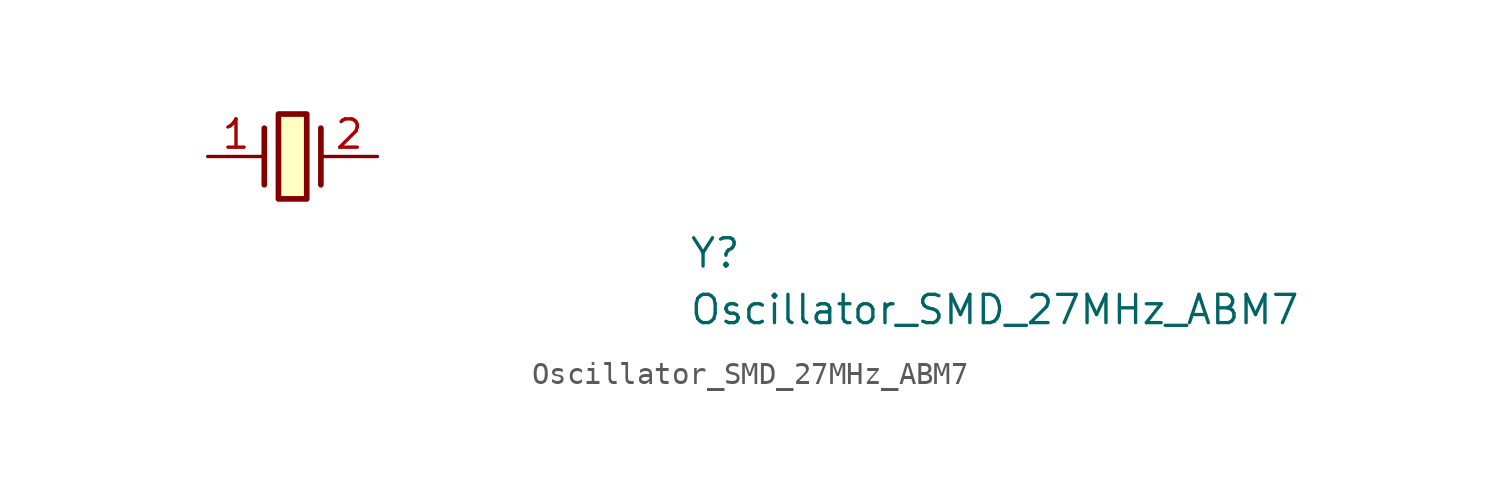
<source format=kicad_sym>
(kicad_symbol_lib
  (version 20211014)
  (generator kicad_symbol_editor)
  (symbol "Oscillator_SMD_27MHz_ABM7"
    (property "Reference" "Y"
      (at 21.59 -5.08 0)
      (effects (font (size 1.27 1.27) (thickness 0.15)) (justify left bottom)))
    (property "Value" "Oscillator_SMD_27MHz_ABM7"
      (at 21.59 -7.62 0)
      (effects (font (size 1.27 1.27) (thickness 0.15)) (justify left bottom)))
    (symbol "Oscillator_SMD_27MHz_ABM7_1_1"
      (polyline (pts (xy 2.54 1.27) (xy 2.54 -1.27)) (stroke (width 0.254) (type default) (color 0 0 0 0)) (fill (type background)))
      (polyline (pts (xy 5.08 -1.27) (xy 5.08 1.27)) (stroke (width 0.254) (type default) (color 0 0 0 0)) (fill (type background)))
      (rectangle (start 3.175 1.905) (end 4.445 -1.905) (stroke (width 0.254) (type default) (color 0 0 0 0)) (fill (type background)))
      (pin passive line (at 0 0 0) (length 2.54) (name "~" (effects (font (size 1.27 1.27)))) (number "1" (effects (font (size 1.27 1.27)))))
      (pin passive line (at 7.62 0 180) (length 2.54) (name "~" (effects (font (size 1.27 1.27)))) (number "2" (effects (font (size 1.27 1.27))))))))
</source>
